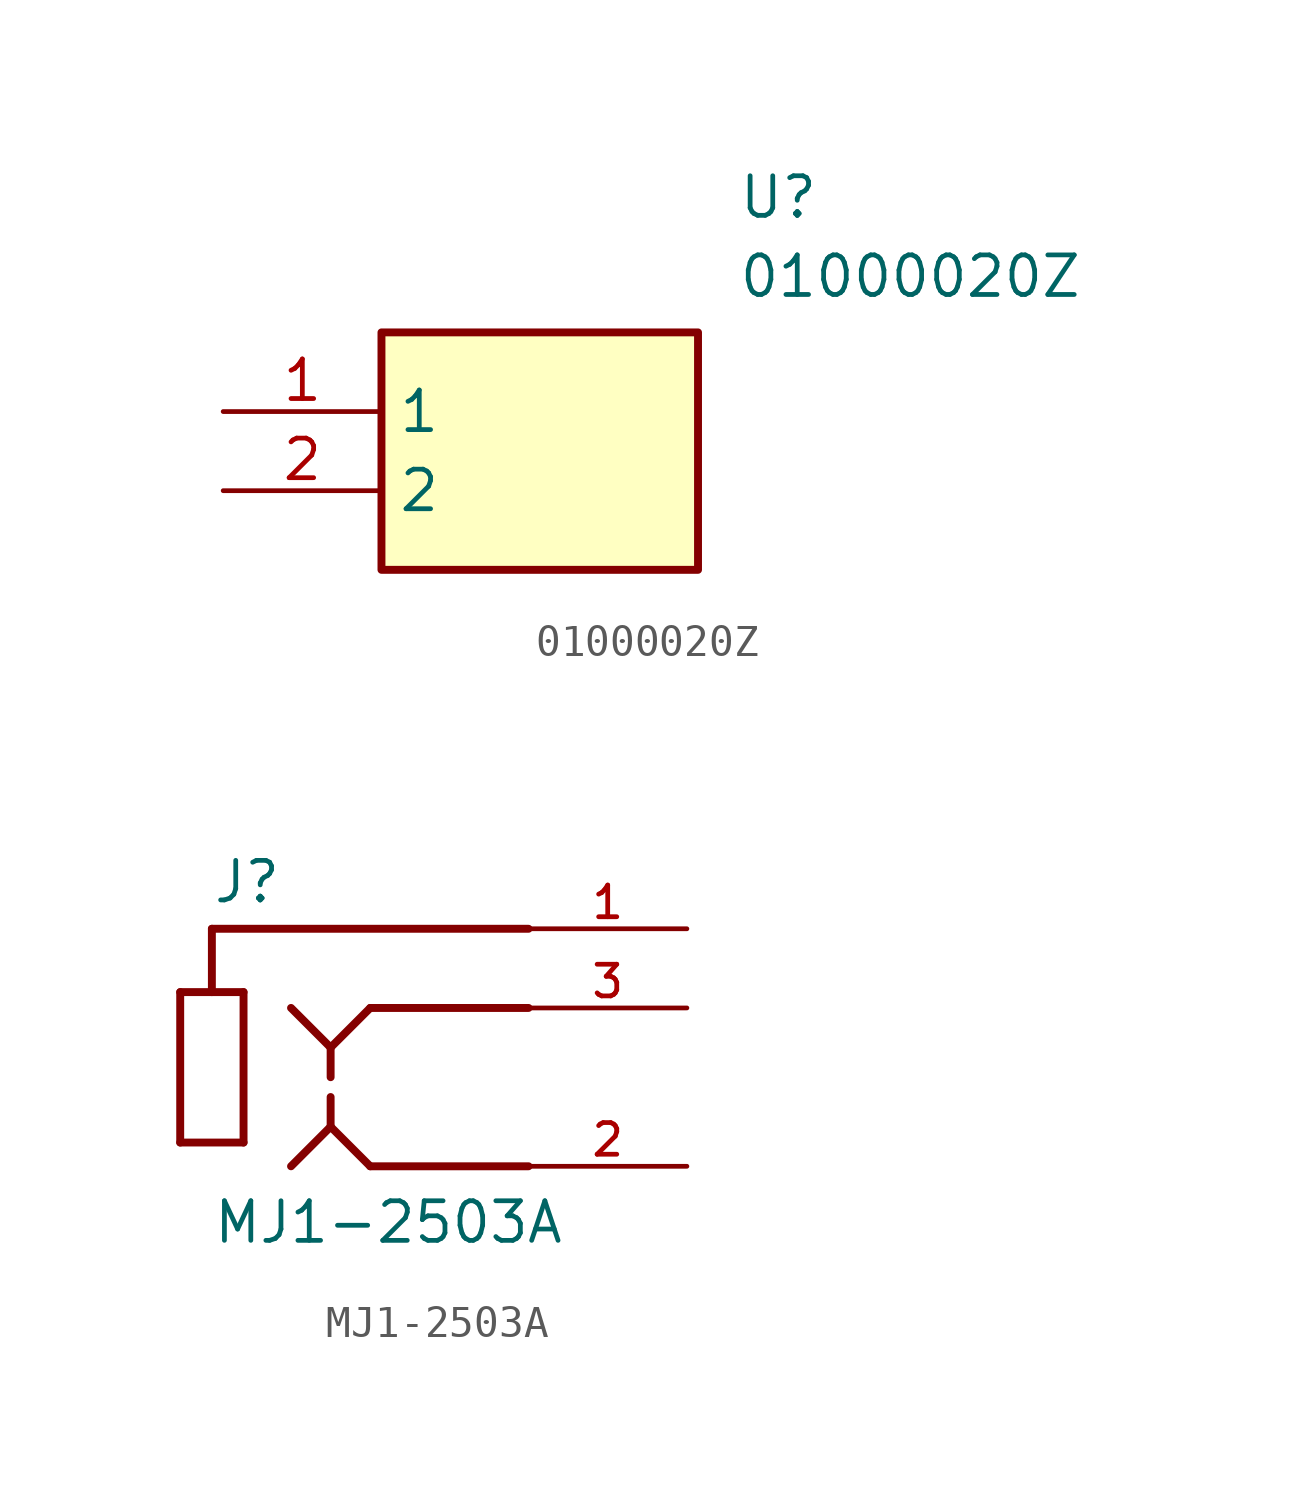
<source format=kicad_sym>
(kicad_symbol_lib
  (version 20241209)
  (generator "kicad_symbol_editor")
  (generator_version "9.0")
  (symbol "01000020Z"
    (property "Reference" "U"
      (at 16.51 7.62 0)
      (effects (font (size 1.27 1.27)) (justify left top)))
    (property "Value" "01000020Z"
      (at 16.51 5.08 0)
      (effects (font (size 1.27 1.27)) (justify left top)))
    (symbol "01000020Z_1_1"
      (rectangle (start 5.08 2.54) (end 15.24 -5.08) (stroke (width 0.254) (type default)) (fill (type background)))
      (pin passive line (at 0 0 0) (length 5.08) (name "1" (effects (font (size 1.27 1.27)))) (number "1" (effects (font (size 1.27 1.27)))))
      (pin passive line (at 0 -2.54 0) (length 5.08) (name "2" (effects (font (size 1.27 1.27)))) (number "2" (effects (font (size 1.27 1.27)))))))
  (symbol "MJ1-2503A"
    (pin_names
      (offset 1.016))
    (property "Reference" "J"
      (at -5.08 5.842 0)
      (effects (font (size 1.27 1.27)) (justify left bottom)))
    (property "Value" "MJ1-2503A"
      (at -5.08 -5.08 0)
      (effects (font (size 1.27 1.27)) (justify left bottom)))
    (symbol "MJ1-2503A_0_0"
      (polyline (pts (xy -6.096 3.048) (xy -6.096 -1.778)) (stroke (width 0.254) (type default)) (fill (type none)))
      (polyline (pts (xy -6.096 -1.778) (xy -4.064 -1.778)) (stroke (width 0.254) (type default)) (fill (type none)))
      (polyline (pts (xy -5.08 5.08) (xy 5.08 5.08)) (stroke (width 0.254) (type default)) (fill (type none)))
      (polyline (pts (xy -5.08 3.048) (xy -6.096 3.048)) (stroke (width 0.254) (type default)) (fill (type none)))
      (polyline (pts (xy -5.08 3.048) (xy -5.08 5.08)) (stroke (width 0.254) (type default)) (fill (type none)))
      (polyline (pts (xy -4.064 3.048) (xy -5.08 3.048)) (stroke (width 0.254) (type default)) (fill (type none)))
      (polyline (pts (xy -4.064 -1.778) (xy -4.064 3.048)) (stroke (width 0.254) (type default)) (fill (type none)))
      (polyline (pts (xy -2.54 2.54) (xy -1.27 1.27)) (stroke (width 0.254) (type default)) (fill (type none)))
      (polyline (pts (xy -2.54 -2.54) (xy -1.27 -1.27)) (stroke (width 0.254) (type default)) (fill (type none)))
      (polyline (pts (xy -1.27 1.27) (xy -1.27 0.318)) (stroke (width 0.254) (type default)) (fill (type none)))
      (polyline (pts (xy -1.27 1.27) (xy 0 2.54)) (stroke (width 0.254) (type default)) (fill (type none)))
      (polyline (pts (xy -1.27 -0.318) (xy -1.27 -1.27)) (stroke (width 0.254) (type default)) (fill (type none)))
      (polyline (pts (xy -1.27 -1.27) (xy 0 -2.54)) (stroke (width 0.254) (type default)) (fill (type none)))
      (polyline (pts (xy 0 2.54) (xy 5.08 2.54)) (stroke (width 0.254) (type default)) (fill (type none)))
      (polyline (pts (xy 0 -2.54) (xy 5.08 -2.54)) (stroke (width 0.254) (type default)) (fill (type none)))
      (pin passive line (at 10.16 5.08 180) (length 5.08) (name "~" (effects (font (size 1.016 1.016)))) (number "1" (effects (font (size 1.016 1.016)))))
      (pin passive line (at 10.16 2.54 180) (length 5.08) (name "~" (effects (font (size 1.016 1.016)))) (number "3" (effects (font (size 1.016 1.016)))))
      (pin passive line (at 10.16 -2.54 180) (length 5.08) (name "~" (effects (font (size 1.016 1.016)))) (number "2" (effects (font (size 1.016 1.016))))))))
</source>
